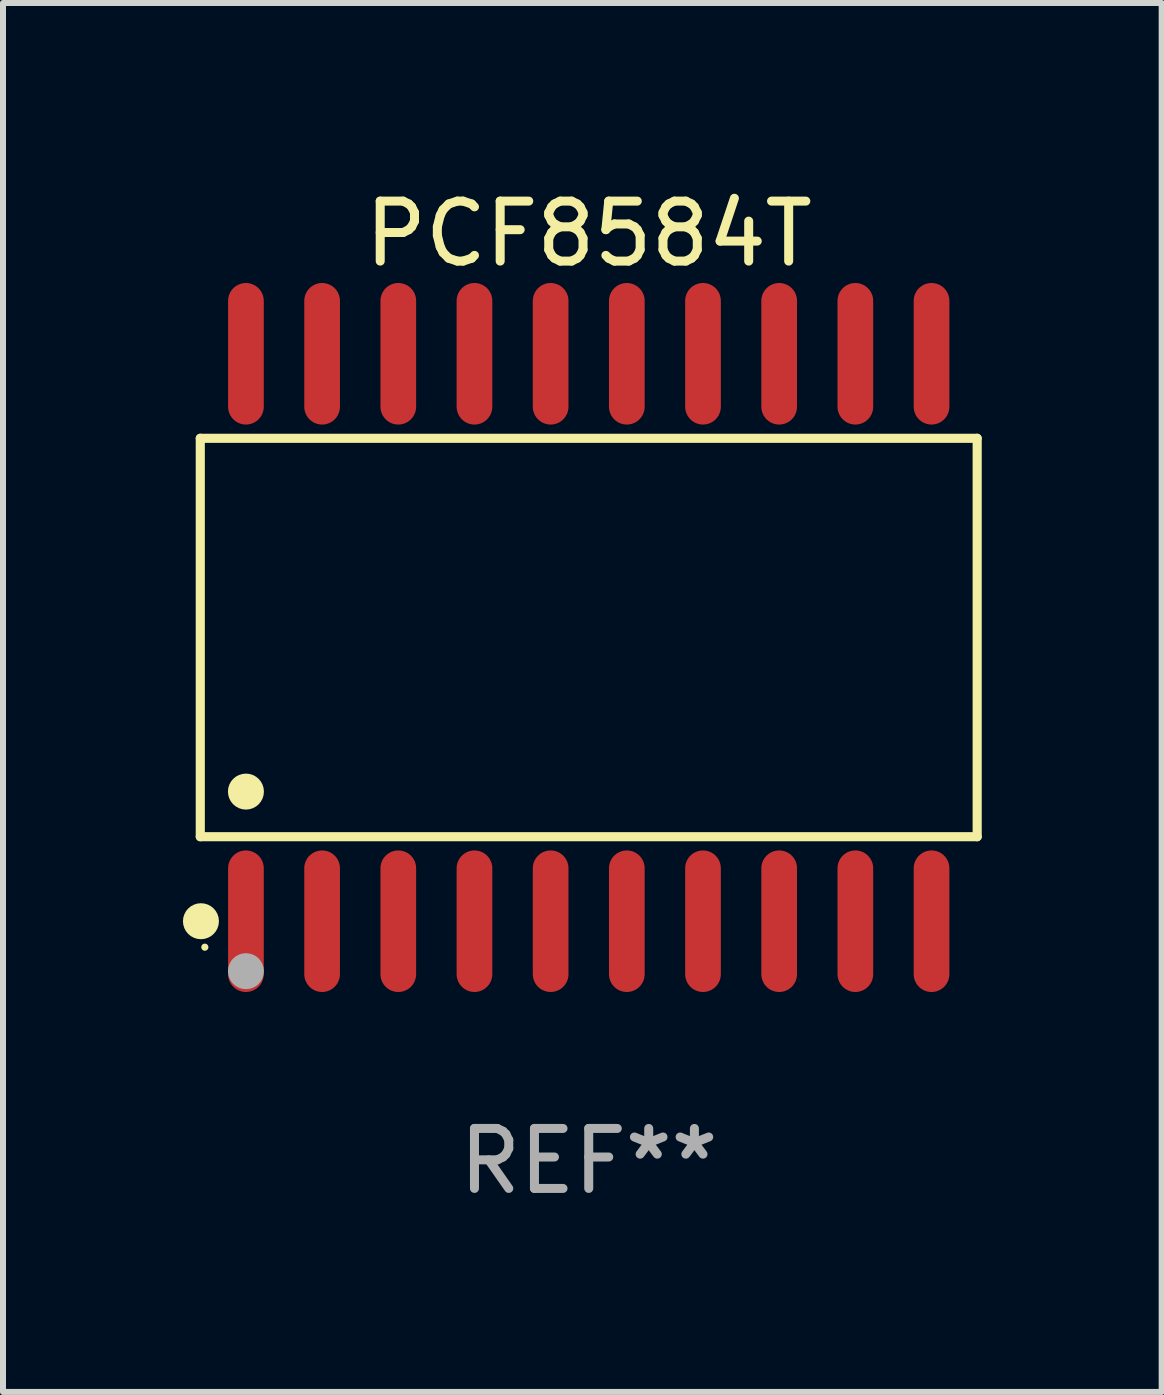
<source format=kicad_pcb>
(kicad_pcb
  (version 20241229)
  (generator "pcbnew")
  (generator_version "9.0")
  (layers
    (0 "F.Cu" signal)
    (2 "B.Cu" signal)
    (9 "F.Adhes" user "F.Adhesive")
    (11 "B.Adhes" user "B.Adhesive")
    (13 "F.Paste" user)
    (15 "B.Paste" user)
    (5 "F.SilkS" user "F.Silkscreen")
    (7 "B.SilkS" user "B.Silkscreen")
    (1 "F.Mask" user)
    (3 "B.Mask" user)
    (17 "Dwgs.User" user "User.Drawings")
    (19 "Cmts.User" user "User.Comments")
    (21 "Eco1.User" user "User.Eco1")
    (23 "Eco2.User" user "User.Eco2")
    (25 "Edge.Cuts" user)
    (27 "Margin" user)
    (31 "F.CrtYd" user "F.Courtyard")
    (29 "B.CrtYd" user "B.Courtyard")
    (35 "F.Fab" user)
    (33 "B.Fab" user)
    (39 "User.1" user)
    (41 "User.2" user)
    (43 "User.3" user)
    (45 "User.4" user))
  (footprint "PCF8584T"
    (layer "F.Cu")
    (at 6.765 7.578)
    (property "Reference" "PCF8584T" (at 0 -6.73 0) (layer "F.SilkS") (effects (font (size 1 1) (thickness 0.15))))
    (attr through_hole)
    (fp_line (start -6.476 -3.321) (end 6.476 -3.321) (stroke (width 0.152) (type solid)) (layer "F.SilkS"))
    (fp_line (start -6.476 3.321) (end -6.476 -3.321) (stroke (width 0.152) (type solid)) (layer "F.SilkS"))
    (fp_line (start 6.476 -3.321) (end 6.476 3.321) (stroke (width 0.152) (type solid)) (layer "F.SilkS"))
    (fp_line (start 6.476 3.321) (end -6.476 3.321) (stroke (width 0.152) (type solid)) (layer "F.SilkS"))
    (fp_circle (center -6.465 4.73) (end -6.315 4.73) (stroke (width 0.3) (type solid)) (fill no) (layer "F.SilkS"))
    (fp_circle (center -6.4 5.163) (end -6.37 5.163) (stroke (width 0.06) (type solid)) (fill no) (layer "F.SilkS"))
    (fp_circle (center -5.715 2.569) (end -5.565 2.569) (stroke (width 0.3) (type solid)) (fill no) (layer "F.SilkS"))
    (fp_circle (center -5.715 5.563) (end -5.565 5.563) (stroke (width 0.3) (type solid)) (fill no) (layer "F.Fab"))
    (fp_text user "REF**" (at 0 8.73 0) (layer "F.Fab") (effects (font (size 1 1) (thickness 0.15))))
    (pad "1" smd oval (at -5.715 4.73) (size 0.595 2.36) (layers "F.Cu" "F.Mask" "F.Paste"))
    (pad "2" smd oval (at -4.445 4.73) (size 0.595 2.36) (layers "F.Cu" "F.Mask" "F.Paste"))
    (pad "3" smd oval (at -3.175 4.73) (size 0.595 2.36) (layers "F.Cu" "F.Mask" "F.Paste"))
    (pad "4" smd oval (at -1.905 4.73) (size 0.595 2.36) (layers "F.Cu" "F.Mask" "F.Paste"))
    (pad "5" smd oval (at -0.635 4.73) (size 0.595 2.36) (layers "F.Cu" "F.Mask" "F.Paste"))
    (pad "6" smd oval (at 0.635 4.73) (size 0.595 2.36) (layers "F.Cu" "F.Mask" "F.Paste"))
    (pad "7" smd oval (at 1.905 4.73) (size 0.595 2.36) (layers "F.Cu" "F.Mask" "F.Paste"))
    (pad "8" smd oval (at 3.175 4.73) (size 0.595 2.36) (layers "F.Cu" "F.Mask" "F.Paste"))
    (pad "9" smd oval (at 4.445 4.73) (size 0.595 2.36) (layers "F.Cu" "F.Mask" "F.Paste"))
    (pad "10" smd oval (at 5.715 4.73) (size 0.595 2.36) (layers "F.Cu" "F.Mask" "F.Paste"))
    (pad "11" smd oval (at 5.715 -4.73) (size 0.595 2.36) (layers "F.Cu" "F.Mask" "F.Paste"))
    (pad "12" smd oval (at 4.445 -4.73) (size 0.595 2.36) (layers "F.Cu" "F.Mask" "F.Paste"))
    (pad "13" smd oval (at 3.175 -4.73) (size 0.595 2.36) (layers "F.Cu" "F.Mask" "F.Paste"))
    (pad "14" smd oval (at 1.905 -4.73) (size 0.595 2.36) (layers "F.Cu" "F.Mask" "F.Paste"))
    (pad "15" smd oval (at 0.635 -4.73) (size 0.595 2.36) (layers "F.Cu" "F.Mask" "F.Paste"))
    (pad "16" smd oval (at -0.635 -4.73) (size 0.595 2.36) (layers "F.Cu" "F.Mask" "F.Paste"))
    (pad "17" smd oval (at -1.905 -4.73) (size 0.595 2.36) (layers "F.Cu" "F.Mask" "F.Paste"))
    (pad "18" smd oval (at -3.175 -4.73) (size 0.595 2.36) (layers "F.Cu" "F.Mask" "F.Paste"))
    (pad "19" smd oval (at -4.445 -4.73) (size 0.595 2.36) (layers "F.Cu" "F.Mask" "F.Paste"))
    (pad "20" smd oval (at -5.715 -4.73) (size 0.595 2.36) (layers "F.Cu" "F.Mask" "F.Paste")))
  (gr_rect
    (start -3 -3)
    (end 16.317 20.156)
    (stroke (width 0.1) (type default))
    (fill no)
    (layer "Edge.Cuts")))
</source>
